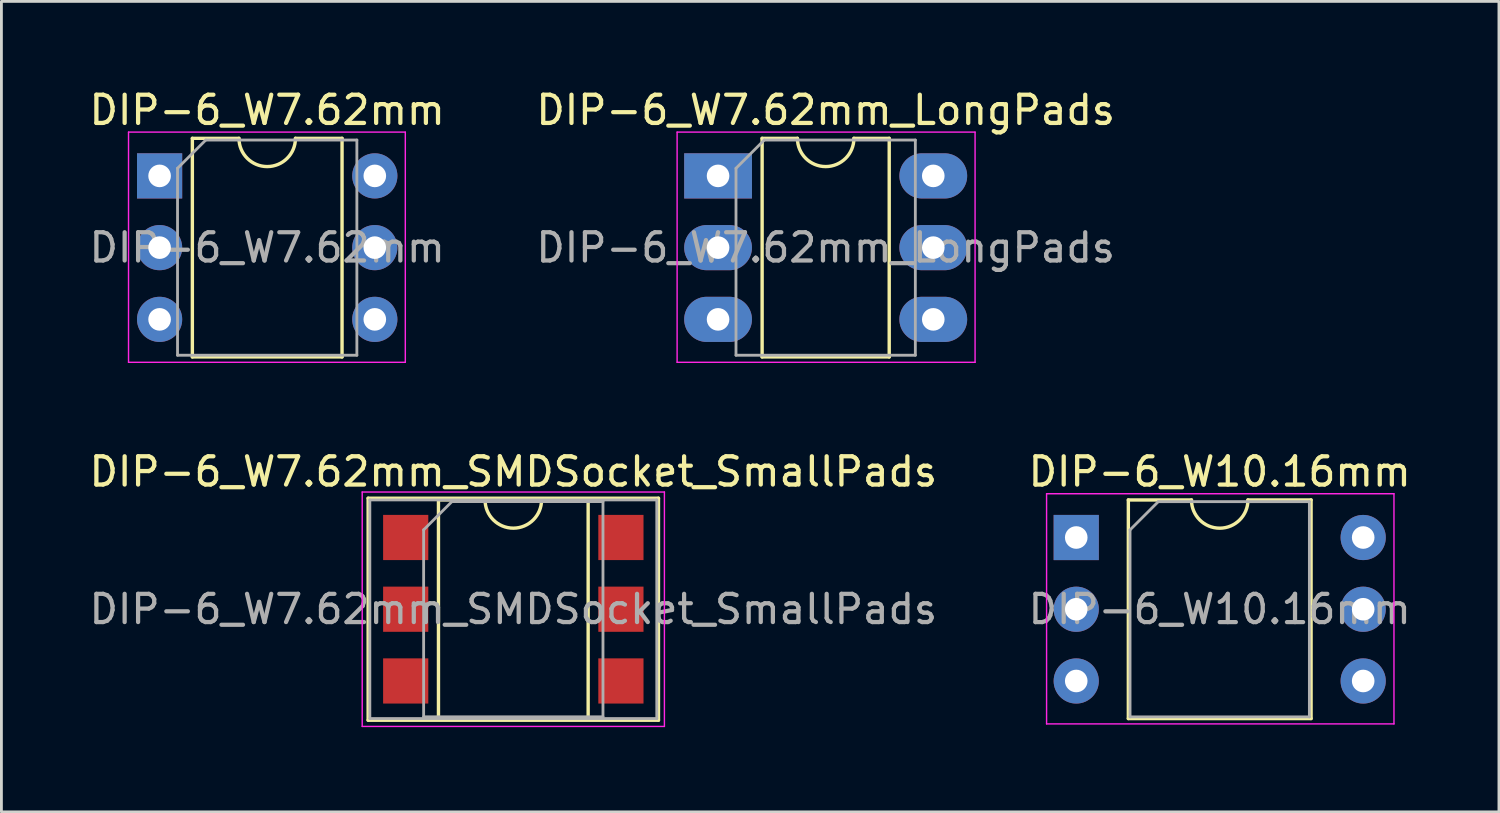
<source format=kicad_pcb>
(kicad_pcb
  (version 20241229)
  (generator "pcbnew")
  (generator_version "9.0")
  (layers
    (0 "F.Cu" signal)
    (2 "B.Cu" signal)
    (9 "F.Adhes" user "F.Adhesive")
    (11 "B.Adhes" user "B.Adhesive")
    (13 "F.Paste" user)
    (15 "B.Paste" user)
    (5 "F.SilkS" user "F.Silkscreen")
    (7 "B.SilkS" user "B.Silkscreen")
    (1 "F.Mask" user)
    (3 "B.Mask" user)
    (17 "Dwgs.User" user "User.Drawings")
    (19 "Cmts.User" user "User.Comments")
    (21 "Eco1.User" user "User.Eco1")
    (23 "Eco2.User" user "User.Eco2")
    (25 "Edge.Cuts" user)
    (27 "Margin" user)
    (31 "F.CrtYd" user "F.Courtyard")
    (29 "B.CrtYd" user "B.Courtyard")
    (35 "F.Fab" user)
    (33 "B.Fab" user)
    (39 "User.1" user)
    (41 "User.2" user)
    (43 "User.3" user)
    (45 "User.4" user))
  (footprint "DIP-6_W10.16mm"
    (layer "F.Cu")
    (at 35.057 15.982)
    (property "Reference" "DIP-6_W10.16mm" (at 5.08 -2.33 0) (layer "F.SilkS") (effects (font (size 1 1) (thickness 0.15))))
    (attr through_hole)
    (fp_line (start 1.845 -1.33) (end 1.845 6.41) (stroke (width 0.12) (type solid)) (layer "F.SilkS"))
    (fp_line (start 1.845 6.41) (end 8.315 6.41) (stroke (width 0.12) (type solid)) (layer "F.SilkS"))
    (fp_line (start 4.08 -1.33) (end 1.845 -1.33) (stroke (width 0.12) (type solid)) (layer "F.SilkS"))
    (fp_line (start 8.315 -1.33) (end 6.08 -1.33) (stroke (width 0.12) (type solid)) (layer "F.SilkS"))
    (fp_line (start 8.315 6.41) (end 8.315 -1.33) (stroke (width 0.12) (type solid)) (layer "F.SilkS"))
    (fp_arc (start 6.08 -1.33) (mid 5.08 -0.33) (end 4.08 -1.33) (stroke (width 0.12) (type solid)) (layer "F.SilkS"))
    (fp_line (start -1.05 -1.55) (end -1.05 6.6) (stroke (width 0.05) (type solid)) (layer "F.CrtYd"))
    (fp_line (start -1.05 6.6) (end 11.25 6.6) (stroke (width 0.05) (type solid)) (layer "F.CrtYd"))
    (fp_line (start 11.25 -1.55) (end -1.05 -1.55) (stroke (width 0.05) (type solid)) (layer "F.CrtYd"))
    (fp_line (start 11.25 6.6) (end 11.25 -1.55) (stroke (width 0.05) (type solid)) (layer "F.CrtYd"))
    (fp_line (start 1.905 -0.27) (end 2.905 -1.27) (stroke (width 0.1) (type solid)) (layer "F.Fab"))
    (fp_line (start 1.905 6.35) (end 1.905 -0.27) (stroke (width 0.1) (type solid)) (layer "F.Fab"))
    (fp_line (start 2.905 -1.27) (end 8.255 -1.27) (stroke (width 0.1) (type solid)) (layer "F.Fab"))
    (fp_line (start 8.255 -1.27) (end 8.255 6.35) (stroke (width 0.1) (type solid)) (layer "F.Fab"))
    (fp_line (start 8.255 6.35) (end 1.905 6.35) (stroke (width 0.1) (type solid)) (layer "F.Fab"))
    (fp_text user "${REFERENCE}" (at 5.08 2.54 0) (layer "F.Fab") (effects (font (size 1 1) (thickness 0.15))))
    (pad "1" thru_hole rect (at 0 0) (size 1.6 1.6) (drill 0.8) (layers "*.Cu" "*.Mask"))
    (pad "2" thru_hole oval (at 0 2.54) (size 1.6 1.6) (drill 0.8) (layers "*.Cu" "*.Mask"))
    (pad "3" thru_hole oval (at 0 5.08) (size 1.6 1.6) (drill 0.8) (layers "*.Cu" "*.Mask"))
    (pad "4" thru_hole oval (at 10.16 5.08) (size 1.6 1.6) (drill 0.8) (layers "*.Cu" "*.Mask"))
    (pad "5" thru_hole oval (at 10.16 2.54) (size 1.6 1.6) (drill 0.8) (layers "*.Cu" "*.Mask"))
    (pad "6" thru_hole oval (at 10.16 0) (size 1.6 1.6) (drill 0.8) (layers "*.Cu" "*.Mask")))
  (footprint "DIP-6_W7.62mm"
    (layer "F.Cu")
    (at 2.601 3.178)
    (property "Reference" "DIP-6_W7.62mm" (at 3.81 -2.33 0) (layer "F.SilkS") (effects (font (size 1 1) (thickness 0.15))))
    (attr through_hole)
    (fp_line (start 1.16 -1.33) (end 1.16 6.41) (stroke (width 0.12) (type solid)) (layer "F.SilkS"))
    (fp_line (start 1.16 6.41) (end 6.46 6.41) (stroke (width 0.12) (type solid)) (layer "F.SilkS"))
    (fp_line (start 2.81 -1.33) (end 1.16 -1.33) (stroke (width 0.12) (type solid)) (layer "F.SilkS"))
    (fp_line (start 6.46 -1.33) (end 4.81 -1.33) (stroke (width 0.12) (type solid)) (layer "F.SilkS"))
    (fp_line (start 6.46 6.41) (end 6.46 -1.33) (stroke (width 0.12) (type solid)) (layer "F.SilkS"))
    (fp_arc (start 4.81 -1.33) (mid 3.81 -0.33) (end 2.81 -1.33) (stroke (width 0.12) (type solid)) (layer "F.SilkS"))
    (fp_line (start -1.1 -1.55) (end -1.1 6.6) (stroke (width 0.05) (type solid)) (layer "F.CrtYd"))
    (fp_line (start -1.1 6.6) (end 8.7 6.6) (stroke (width 0.05) (type solid)) (layer "F.CrtYd"))
    (fp_line (start 8.7 -1.55) (end -1.1 -1.55) (stroke (width 0.05) (type solid)) (layer "F.CrtYd"))
    (fp_line (start 8.7 6.6) (end 8.7 -1.55) (stroke (width 0.05) (type solid)) (layer "F.CrtYd"))
    (fp_line (start 0.635 -0.27) (end 1.635 -1.27) (stroke (width 0.1) (type solid)) (layer "F.Fab"))
    (fp_line (start 0.635 6.35) (end 0.635 -0.27) (stroke (width 0.1) (type solid)) (layer "F.Fab"))
    (fp_line (start 1.635 -1.27) (end 6.985 -1.27) (stroke (width 0.1) (type solid)) (layer "F.Fab"))
    (fp_line (start 6.985 -1.27) (end 6.985 6.35) (stroke (width 0.1) (type solid)) (layer "F.Fab"))
    (fp_line (start 6.985 6.35) (end 0.635 6.35) (stroke (width 0.1) (type solid)) (layer "F.Fab"))
    (fp_text user "${REFERENCE}" (at 3.81 2.54 0) (layer "F.Fab") (effects (font (size 1 1) (thickness 0.15))))
    (pad "1" thru_hole rect (at 0 0) (size 1.6 1.6) (drill 0.8) (layers "*.Cu" "*.Mask"))
    (pad "2" thru_hole oval (at 0 2.54) (size 1.6 1.6) (drill 0.8) (layers "*.Cu" "*.Mask"))
    (pad "3" thru_hole oval (at 0 5.08) (size 1.6 1.6) (drill 0.8) (layers "*.Cu" "*.Mask"))
    (pad "4" thru_hole oval (at 7.62 5.08) (size 1.6 1.6) (drill 0.8) (layers "*.Cu" "*.Mask"))
    (pad "5" thru_hole oval (at 7.62 2.54) (size 1.6 1.6) (drill 0.8) (layers "*.Cu" "*.Mask"))
    (pad "6" thru_hole oval (at 7.62 0) (size 1.6 1.6) (drill 0.8) (layers "*.Cu" "*.Mask")))
  (footprint "DIP-6_W7.62mm_SMDSocket_SmallPads"
    (layer "F.Cu")
    (at 15.125 18.521)
    (property "Reference" "DIP-6_W7.62mm_SMDSocket_SmallPads" (at 0 -4.87 0) (layer "F.SilkS") (effects (font (size 1 1) (thickness 0.15))))
    (attr smd)
    (fp_line (start -5.14 -3.93) (end -5.14 3.93) (stroke (width 0.12) (type solid)) (layer "F.SilkS"))
    (fp_line (start -5.14 3.93) (end 5.14 3.93) (stroke (width 0.12) (type solid)) (layer "F.SilkS"))
    (fp_line (start -2.65 -3.87) (end -2.65 3.87) (stroke (width 0.12) (type solid)) (layer "F.SilkS"))
    (fp_line (start -2.65 3.87) (end 2.65 3.87) (stroke (width 0.12) (type solid)) (layer "F.SilkS"))
    (fp_line (start -1 -3.87) (end -2.65 -3.87) (stroke (width 0.12) (type solid)) (layer "F.SilkS"))
    (fp_line (start 2.65 -3.87) (end 1 -3.87) (stroke (width 0.12) (type solid)) (layer "F.SilkS"))
    (fp_line (start 2.65 3.87) (end 2.65 -3.87) (stroke (width 0.12) (type solid)) (layer "F.SilkS"))
    (fp_line (start 5.14 -3.93) (end -5.14 -3.93) (stroke (width 0.12) (type solid)) (layer "F.SilkS"))
    (fp_line (start 5.14 3.93) (end 5.14 -3.93) (stroke (width 0.12) (type solid)) (layer "F.SilkS"))
    (fp_arc (start 1 -3.87) (mid 0 -2.87) (end -1 -3.87) (stroke (width 0.12) (type solid)) (layer "F.SilkS"))
    (fp_line (start -5.35 -4.15) (end -5.35 4.15) (stroke (width 0.05) (type solid)) (layer "F.CrtYd"))
    (fp_line (start -5.35 4.15) (end 5.35 4.15) (stroke (width 0.05) (type solid)) (layer "F.CrtYd"))
    (fp_line (start 5.35 -4.15) (end -5.35 -4.15) (stroke (width 0.05) (type solid)) (layer "F.CrtYd"))
    (fp_line (start 5.35 4.15) (end 5.35 -4.15) (stroke (width 0.05) (type solid)) (layer "F.CrtYd"))
    (fp_line (start -5.08 -3.87) (end -5.08 3.87) (stroke (width 0.1) (type solid)) (layer "F.Fab"))
    (fp_line (start -5.08 3.87) (end 5.08 3.87) (stroke (width 0.1) (type solid)) (layer "F.Fab"))
    (fp_line (start -3.175 -2.81) (end -2.175 -3.81) (stroke (width 0.1) (type solid)) (layer "F.Fab"))
    (fp_line (start -3.175 3.81) (end -3.175 -2.81) (stroke (width 0.1) (type solid)) (layer "F.Fab"))
    (fp_line (start -2.175 -3.81) (end 3.175 -3.81) (stroke (width 0.1) (type solid)) (layer "F.Fab"))
    (fp_line (start 3.175 -3.81) (end 3.175 3.81) (stroke (width 0.1) (type solid)) (layer "F.Fab"))
    (fp_line (start 3.175 3.81) (end -3.175 3.81) (stroke (width 0.1) (type solid)) (layer "F.Fab"))
    (fp_line (start 5.08 -3.87) (end -5.08 -3.87) (stroke (width 0.1) (type solid)) (layer "F.Fab"))
    (fp_line (start 5.08 3.87) (end 5.08 -3.87) (stroke (width 0.1) (type solid)) (layer "F.Fab"))
    (fp_text user "${REFERENCE}" (at 0 0 0) (layer "F.Fab") (effects (font (size 1 1) (thickness 0.15))))
    (pad "1" smd rect (at -3.81 -2.54) (size 1.6 1.6) (layers "F.Cu" "F.Mask" "F.Paste"))
    (pad "2" smd rect (at -3.81 0) (size 1.6 1.6) (layers "F.Cu" "F.Mask" "F.Paste"))
    (pad "3" smd rect (at -3.81 2.54) (size 1.6 1.6) (layers "F.Cu" "F.Mask" "F.Paste"))
    (pad "4" smd rect (at 3.81 2.54) (size 1.6 1.6) (layers "F.Cu" "F.Mask" "F.Paste"))
    (pad "5" smd rect (at 3.81 0) (size 1.6 1.6) (layers "F.Cu" "F.Mask" "F.Paste"))
    (pad "6" smd rect (at 3.81 -2.54) (size 1.6 1.6) (layers "F.Cu" "F.Mask" "F.Paste")))
  (footprint "DIP-6_W7.62mm_LongPads"
    (layer "F.Cu")
    (at 22.375 3.178)
    (property "Reference" "DIP-6_W7.62mm_LongPads" (at 3.81 -2.33 0) (layer "F.SilkS") (effects (font (size 1 1) (thickness 0.15))))
    (attr through_hole)
    (fp_line (start 1.56 -1.33) (end 1.56 6.41) (stroke (width 0.12) (type solid)) (layer "F.SilkS"))
    (fp_line (start 1.56 6.41) (end 6.06 6.41) (stroke (width 0.12) (type solid)) (layer "F.SilkS"))
    (fp_line (start 2.81 -1.33) (end 1.56 -1.33) (stroke (width 0.12) (type solid)) (layer "F.SilkS"))
    (fp_line (start 6.06 -1.33) (end 4.81 -1.33) (stroke (width 0.12) (type solid)) (layer "F.SilkS"))
    (fp_line (start 6.06 6.41) (end 6.06 -1.33) (stroke (width 0.12) (type solid)) (layer "F.SilkS"))
    (fp_arc (start 4.81 -1.33) (mid 3.81 -0.33) (end 2.81 -1.33) (stroke (width 0.12) (type solid)) (layer "F.SilkS"))
    (fp_line (start -1.45 -1.55) (end -1.45 6.6) (stroke (width 0.05) (type solid)) (layer "F.CrtYd"))
    (fp_line (start -1.45 6.6) (end 9.1 6.6) (stroke (width 0.05) (type solid)) (layer "F.CrtYd"))
    (fp_line (start 9.1 -1.55) (end -1.45 -1.55) (stroke (width 0.05) (type solid)) (layer "F.CrtYd"))
    (fp_line (start 9.1 6.6) (end 9.1 -1.55) (stroke (width 0.05) (type solid)) (layer "F.CrtYd"))
    (fp_line (start 0.635 -0.27) (end 1.635 -1.27) (stroke (width 0.1) (type solid)) (layer "F.Fab"))
    (fp_line (start 0.635 6.35) (end 0.635 -0.27) (stroke (width 0.1) (type solid)) (layer "F.Fab"))
    (fp_line (start 1.635 -1.27) (end 6.985 -1.27) (stroke (width 0.1) (type solid)) (layer "F.Fab"))
    (fp_line (start 6.985 -1.27) (end 6.985 6.35) (stroke (width 0.1) (type solid)) (layer "F.Fab"))
    (fp_line (start 6.985 6.35) (end 0.635 6.35) (stroke (width 0.1) (type solid)) (layer "F.Fab"))
    (fp_text user "${REFERENCE}" (at 3.81 2.54 0) (layer "F.Fab") (effects (font (size 1 1) (thickness 0.15))))
    (pad "1" thru_hole rect (at 0 0) (size 2.4 1.6) (drill 0.8) (layers "*.Cu" "*.Mask"))
    (pad "2" thru_hole oval (at 0 2.54) (size 2.4 1.6) (drill 0.8) (layers "*.Cu" "*.Mask"))
    (pad "3" thru_hole oval (at 0 5.08) (size 2.4 1.6) (drill 0.8) (layers "*.Cu" "*.Mask"))
    (pad "4" thru_hole oval (at 7.62 5.08) (size 2.4 1.6) (drill 0.8) (layers "*.Cu" "*.Mask"))
    (pad "5" thru_hole oval (at 7.62 2.54) (size 2.4 1.6) (drill 0.8) (layers "*.Cu" "*.Mask"))
    (pad "6" thru_hole oval (at 7.62 0) (size 2.4 1.6) (drill 0.8) (layers "*.Cu" "*.Mask")))
  (gr_rect
    (start -3 -3)
    (end 50.024 25.697)
    (stroke (width 0.1) (type default))
    (fill no)
    (layer "Edge.Cuts")))
</source>
